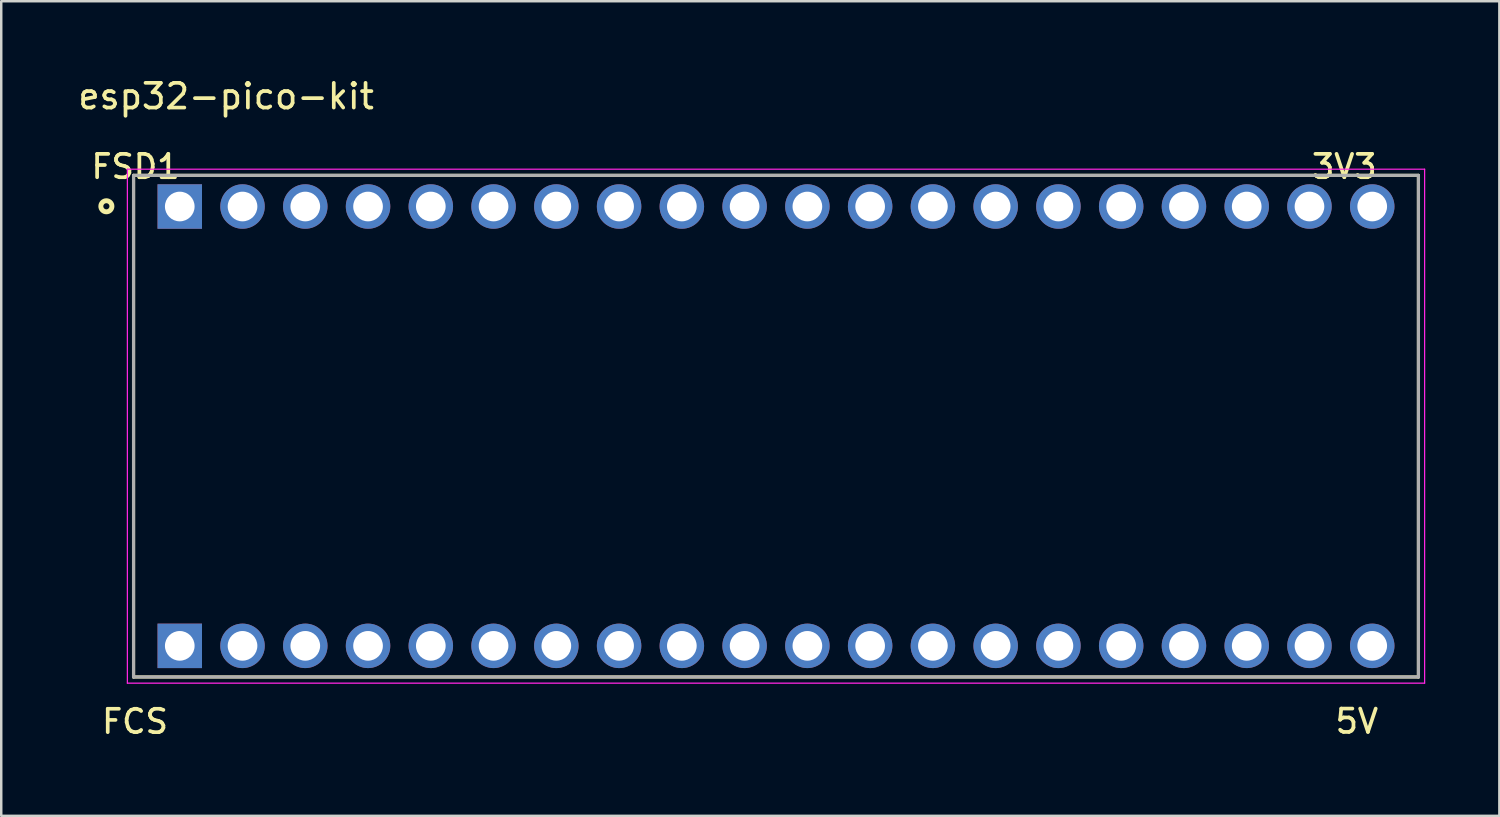
<source format=kicad_pcb>
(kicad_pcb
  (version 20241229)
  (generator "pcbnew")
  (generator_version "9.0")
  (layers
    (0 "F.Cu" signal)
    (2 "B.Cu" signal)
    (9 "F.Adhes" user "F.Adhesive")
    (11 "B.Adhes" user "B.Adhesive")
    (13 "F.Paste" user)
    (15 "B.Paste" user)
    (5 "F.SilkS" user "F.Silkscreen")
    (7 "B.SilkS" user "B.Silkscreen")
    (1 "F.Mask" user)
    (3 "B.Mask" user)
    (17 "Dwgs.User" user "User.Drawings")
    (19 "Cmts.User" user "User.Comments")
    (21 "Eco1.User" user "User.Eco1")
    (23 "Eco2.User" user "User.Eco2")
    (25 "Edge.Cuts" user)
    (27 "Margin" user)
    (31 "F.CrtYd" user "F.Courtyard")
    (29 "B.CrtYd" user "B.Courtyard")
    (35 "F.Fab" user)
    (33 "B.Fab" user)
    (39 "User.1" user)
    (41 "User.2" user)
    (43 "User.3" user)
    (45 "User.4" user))
  (footprint "esp32-pico-kit"
    (layer "F.Cu")
    (at 28.355 14.198)
    (property "Reference" "esp32-pico-kit" (at -22.254 -13.35 0) (layer "F.SilkS") (effects (font (size 1 1) (thickness 0.15))))
    (attr through_hole)
    (fp_line (start -26 -10.15) (end 26 -10.15) (stroke (width 0.127) (type solid)) (layer "F.SilkS"))
    (fp_line (start -26 10.15) (end -26 -10.15) (stroke (width 0.127) (type solid)) (layer "F.SilkS"))
    (fp_line (start 26 -10.15) (end 26 10.15) (stroke (width 0.127) (type solid)) (layer "F.SilkS"))
    (fp_line (start 26 10.15) (end -26 10.15) (stroke (width 0.127) (type solid)) (layer "F.SilkS"))
    (fp_circle (center -27.1 -8.9) (end -26.876 -8.9) (stroke (width 0.2) (type solid)) (fill no) (layer "F.SilkS"))
    (fp_line (start -26.25 -10.4) (end 26.25 -10.4) (stroke (width 0.05) (type solid)) (layer "F.CrtYd"))
    (fp_line (start -26.25 10.4) (end -26.25 -10.4) (stroke (width 0.05) (type solid)) (layer "F.CrtYd"))
    (fp_line (start 26.25 -10.4) (end 26.25 10.4) (stroke (width 0.05) (type solid)) (layer "F.CrtYd"))
    (fp_line (start 26.25 10.4) (end -26.25 10.4) (stroke (width 0.05) (type solid)) (layer "F.CrtYd"))
    (fp_line (start -26 -10.15) (end 26 -10.15) (stroke (width 0.127) (type solid)) (layer "F.Fab"))
    (fp_line (start -26 10.15) (end -26 -10.15) (stroke (width 0.127) (type solid)) (layer "F.Fab"))
    (fp_line (start 26 -10.15) (end 26 10.15) (stroke (width 0.127) (type solid)) (layer "F.Fab"))
    (fp_line (start 26 10.15) (end -26 10.15) (stroke (width 0.127) (type solid)) (layer "F.Fab"))
    (fp_text user "FCS" (at -25.941 11.953 0) (layer "F.SilkS") (effects (font (size 0.946 0.946) (thickness 0.15))))
    (fp_text user "3V3" (at 23 -10.506 0) (layer "F.SilkS") (effects (font (size 0.945 0.945) (thickness 0.15))))
    (fp_text user "5V" (at 23.506 11.944 0) (layer "F.SilkS") (effects (font (size 0.945 0.945) (thickness 0.15))))
    (fp_text user "FSD1" (at -25.922 -10.505 0) (layer "F.SilkS") (effects (font (size 0.945 0.945) (thickness 0.15))))
    (pad "J2_1" thru_hole rect (at -24.13 -8.89) (size 1.8 1.8) (drill 1.2) (layers "*.Cu" "*.Mask"))
    (pad "J2_2" thru_hole circle (at -21.59 -8.89) (size 1.8 1.8) (drill 1.2) (layers "*.Cu" "*.Mask"))
    (pad "J2_3" thru_hole circle (at -19.05 -8.89) (size 1.8 1.8) (drill 1.2) (layers "*.Cu" "*.Mask"))
    (pad "J2_4" thru_hole circle (at -16.51 -8.89) (size 1.8 1.8) (drill 1.2) (layers "*.Cu" "*.Mask"))
    (pad "J2_5" thru_hole circle (at -13.97 -8.89) (size 1.8 1.8) (drill 1.2) (layers "*.Cu" "*.Mask"))
    (pad "J2_6" thru_hole circle (at -11.43 -8.89) (size 1.8 1.8) (drill 1.2) (layers "*.Cu" "*.Mask"))
    (pad "J2_7" thru_hole circle (at -8.89 -8.89) (size 1.8 1.8) (drill 1.2) (layers "*.Cu" "*.Mask"))
    (pad "J2_8" thru_hole circle (at -6.35 -8.89) (size 1.8 1.8) (drill 1.2) (layers "*.Cu" "*.Mask"))
    (pad "J2_9" thru_hole circle (at -3.81 -8.89) (size 1.8 1.8) (drill 1.2) (layers "*.Cu" "*.Mask"))
    (pad "J2_10" thru_hole circle (at -1.27 -8.89) (size 1.8 1.8) (drill 1.2) (layers "*.Cu" "*.Mask"))
    (pad "J2_11" thru_hole circle (at 1.27 -8.89) (size 1.8 1.8) (drill 1.2) (layers "*.Cu" "*.Mask"))
    (pad "J2_12" thru_hole circle (at 3.81 -8.89) (size 1.8 1.8) (drill 1.2) (layers "*.Cu" "*.Mask"))
    (pad "J2_13" thru_hole circle (at 6.35 -8.89) (size 1.8 1.8) (drill 1.2) (layers "*.Cu" "*.Mask"))
    (pad "J2_14" thru_hole circle (at 8.89 -8.89) (size 1.8 1.8) (drill 1.2) (layers "*.Cu" "*.Mask"))
    (pad "J2_15" thru_hole circle (at 11.43 -8.89) (size 1.8 1.8) (drill 1.2) (layers "*.Cu" "*.Mask"))
    (pad "J2_16" thru_hole circle (at 13.97 -8.89) (size 1.8 1.8) (drill 1.2) (layers "*.Cu" "*.Mask"))
    (pad "J2_17" thru_hole circle (at 16.51 -8.89) (size 1.8 1.8) (drill 1.2) (layers "*.Cu" "*.Mask"))
    (pad "J2_18" thru_hole circle (at 19.05 -8.89) (size 1.8 1.8) (drill 1.2) (layers "*.Cu" "*.Mask"))
    (pad "J2_19" thru_hole circle (at 21.59 -8.89) (size 1.8 1.8) (drill 1.2) (layers "*.Cu" "*.Mask"))
    (pad "J2_20" thru_hole circle (at 24.13 -8.89) (size 1.8 1.8) (drill 1.2) (layers "*.Cu" "*.Mask"))
    (pad "J3_1" thru_hole rect (at -24.13 8.89) (size 1.8 1.8) (drill 1.2) (layers "*.Cu" "*.Mask"))
    (pad "J3_2" thru_hole circle (at -21.59 8.89) (size 1.8 1.8) (drill 1.2) (layers "*.Cu" "*.Mask"))
    (pad "J3_3" thru_hole circle (at -19.05 8.89) (size 1.8 1.8) (drill 1.2) (layers "*.Cu" "*.Mask"))
    (pad "J3_4" thru_hole circle (at -16.51 8.89) (size 1.8 1.8) (drill 1.2) (layers "*.Cu" "*.Mask"))
    (pad "J3_5" thru_hole circle (at -13.97 8.89) (size 1.8 1.8) (drill 1.2) (layers "*.Cu" "*.Mask"))
    (pad "J3_6" thru_hole circle (at -11.43 8.89) (size 1.8 1.8) (drill 1.2) (layers "*.Cu" "*.Mask"))
    (pad "J3_7" thru_hole circle (at -8.89 8.89) (size 1.8 1.8) (drill 1.2) (layers "*.Cu" "*.Mask"))
    (pad "J3_8" thru_hole circle (at -6.35 8.89) (size 1.8 1.8) (drill 1.2) (layers "*.Cu" "*.Mask"))
    (pad "J3_9" thru_hole circle (at -3.81 8.89) (size 1.8 1.8) (drill 1.2) (layers "*.Cu" "*.Mask"))
    (pad "J3_10" thru_hole circle (at -1.27 8.89) (size 1.8 1.8) (drill 1.2) (layers "*.Cu" "*.Mask"))
    (pad "J3_11" thru_hole circle (at 1.27 8.89) (size 1.8 1.8) (drill 1.2) (layers "*.Cu" "*.Mask"))
    (pad "J3_12" thru_hole circle (at 3.81 8.89) (size 1.8 1.8) (drill 1.2) (layers "*.Cu" "*.Mask"))
    (pad "J3_13" thru_hole circle (at 6.35 8.89) (size 1.8 1.8) (drill 1.2) (layers "*.Cu" "*.Mask"))
    (pad "J3_14" thru_hole circle (at 8.89 8.89) (size 1.8 1.8) (drill 1.2) (layers "*.Cu" "*.Mask"))
    (pad "J3_15" thru_hole circle (at 11.43 8.89) (size 1.8 1.8) (drill 1.2) (layers "*.Cu" "*.Mask"))
    (pad "J3_16" thru_hole circle (at 13.97 8.89) (size 1.8 1.8) (drill 1.2) (layers "*.Cu" "*.Mask"))
    (pad "J3_17" thru_hole circle (at 16.51 8.89) (size 1.8 1.8) (drill 1.2) (layers "*.Cu" "*.Mask"))
    (pad "J3_18" thru_hole circle (at 19.05 8.89) (size 1.8 1.8) (drill 1.2) (layers "*.Cu" "*.Mask"))
    (pad "J3_19" thru_hole circle (at 21.59 8.89) (size 1.8 1.8) (drill 1.2) (layers "*.Cu" "*.Mask"))
    (pad "J3_20" thru_hole circle (at 24.13 8.89) (size 1.8 1.8) (drill 1.2) (layers "*.Cu" "*.Mask")))
  (gr_rect
    (start -3 -3)
    (end 57.63 29.967)
    (stroke (width 0.1) (type default))
    (fill no)
    (layer "Edge.Cuts")))
</source>
